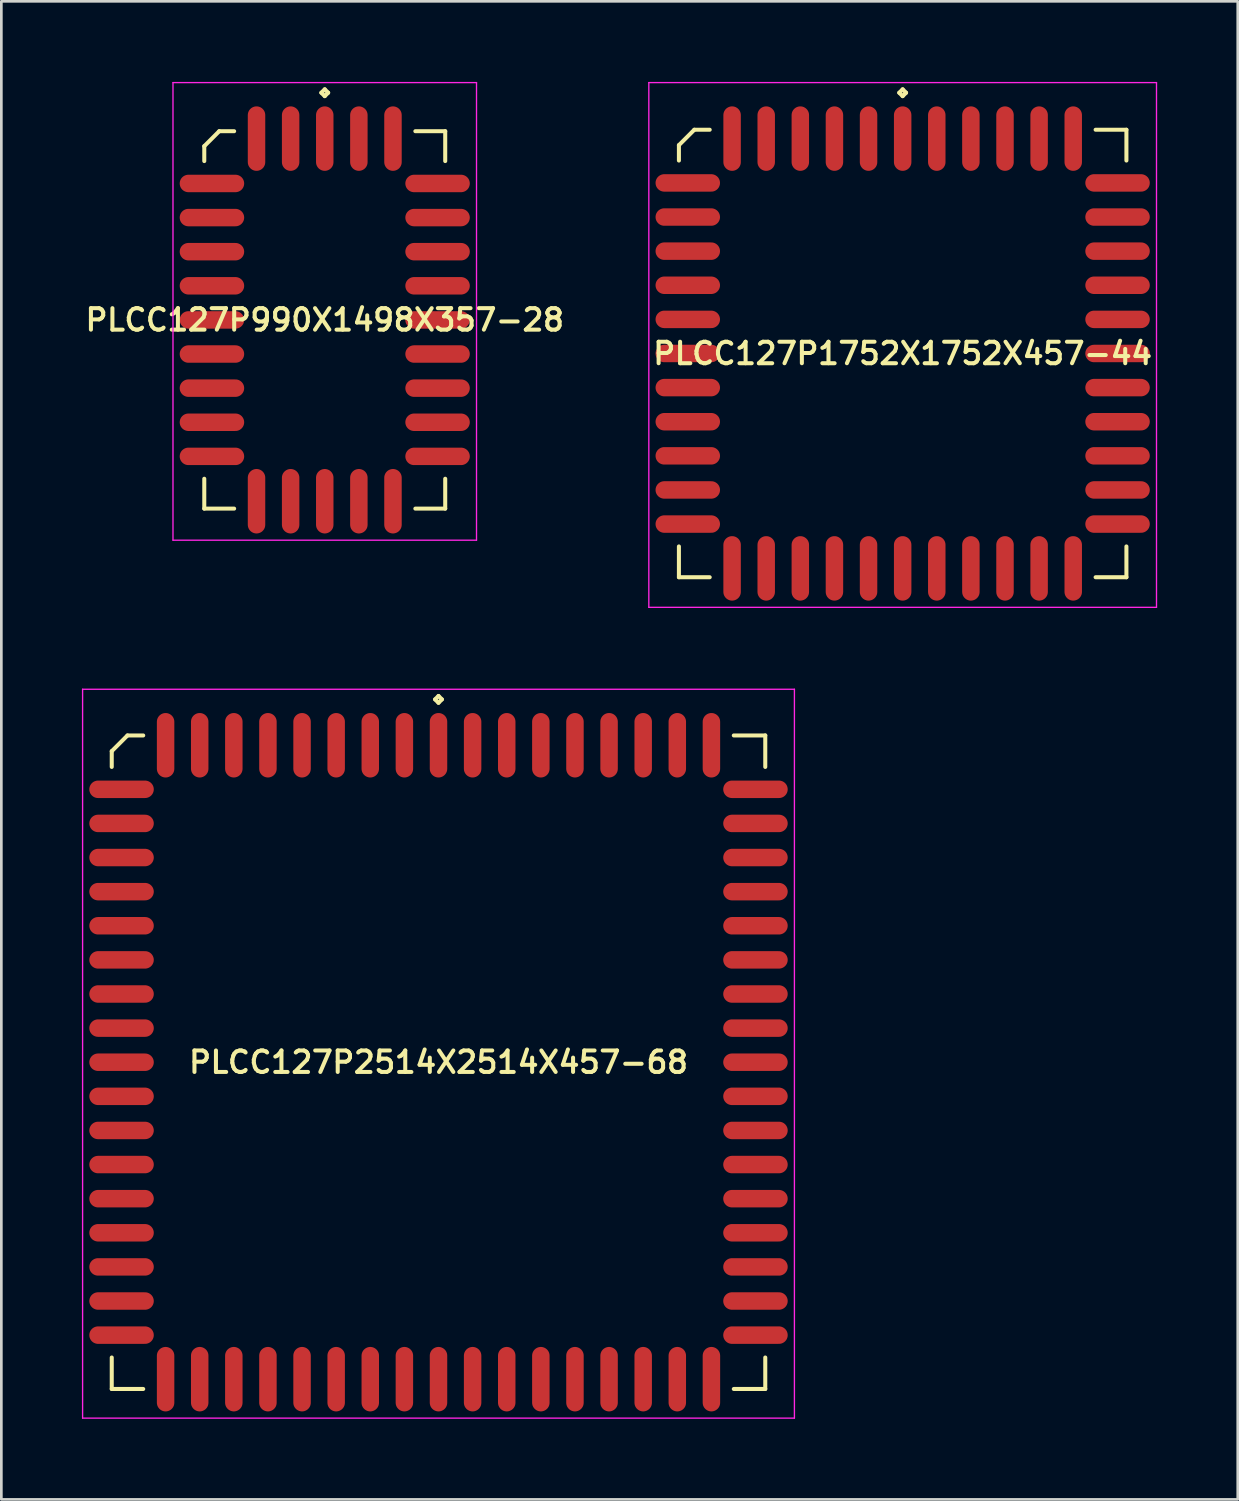
<source format=kicad_pcb>
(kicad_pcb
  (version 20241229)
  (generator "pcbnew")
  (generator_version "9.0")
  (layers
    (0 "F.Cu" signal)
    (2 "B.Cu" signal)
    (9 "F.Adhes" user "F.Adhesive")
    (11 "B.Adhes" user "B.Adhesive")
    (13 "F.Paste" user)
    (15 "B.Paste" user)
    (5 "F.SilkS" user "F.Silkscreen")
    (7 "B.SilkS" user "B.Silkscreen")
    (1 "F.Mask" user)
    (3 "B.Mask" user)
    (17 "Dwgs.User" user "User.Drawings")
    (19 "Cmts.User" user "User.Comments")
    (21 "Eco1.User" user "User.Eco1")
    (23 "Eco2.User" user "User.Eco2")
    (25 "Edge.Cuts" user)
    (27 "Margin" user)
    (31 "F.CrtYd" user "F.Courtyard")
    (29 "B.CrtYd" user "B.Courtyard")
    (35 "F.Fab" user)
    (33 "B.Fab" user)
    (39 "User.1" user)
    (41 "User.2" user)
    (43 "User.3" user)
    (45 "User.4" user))
  (footprint "PLCC127P1752X1752X457-44"
    (layer "F.Cu")
    (at 30.555 10.11)
    (property "Reference" "PLCC127P1752X1752X457-44" (at 0 0 0) (layer "F.SilkS") (effects (font (size 0.8 0.8) (thickness 0.15))))
    (attr smd)
    (fp_line (start -8.33 -7.756) (end -7.756 -8.33) (stroke (width 0.15) (type solid)) (layer "F.SilkS"))
    (fp_line (start -8.33 -7.183) (end -8.33 -7.756) (stroke (width 0.15) (type solid)) (layer "F.SilkS"))
    (fp_line (start -8.33 7.183) (end -8.33 8.33) (stroke (width 0.15) (type solid)) (layer "F.SilkS"))
    (fp_line (start -8.33 8.33) (end -7.183 8.33) (stroke (width 0.15) (type solid)) (layer "F.SilkS"))
    (fp_line (start -7.756 -8.33) (end -7.183 -8.33) (stroke (width 0.15) (type solid)) (layer "F.SilkS"))
    (fp_line (start -0.127 -9.708) (end 0 -9.835) (stroke (width 0.15) (type solid)) (layer "F.SilkS"))
    (fp_line (start 0 -9.835) (end 0.127 -9.708) (stroke (width 0.15) (type solid)) (layer "F.SilkS"))
    (fp_line (start 0 -9.581) (end -0.127 -9.708) (stroke (width 0.15) (type solid)) (layer "F.SilkS"))
    (fp_line (start 0.127 -9.708) (end 0 -9.581) (stroke (width 0.15) (type solid)) (layer "F.SilkS"))
    (fp_line (start 8.33 -8.33) (end 7.183 -8.33) (stroke (width 0.15) (type solid)) (layer "F.SilkS"))
    (fp_line (start 8.33 -7.183) (end 8.33 -8.33) (stroke (width 0.15) (type solid)) (layer "F.SilkS"))
    (fp_line (start 8.33 7.183) (end 8.33 8.33) (stroke (width 0.15) (type solid)) (layer "F.SilkS"))
    (fp_line (start 8.33 8.33) (end 7.183 8.33) (stroke (width 0.15) (type solid)) (layer "F.SilkS"))
    (fp_line (start -9.45 -10.085) (end 9.45 -10.085) (stroke (width 0.05) (type solid)) (layer "F.CrtYd"))
    (fp_line (start -9.45 9.45) (end -9.45 -10.085) (stroke (width 0.05) (type solid)) (layer "F.CrtYd"))
    (fp_line (start 9.45 -10.085) (end 9.45 9.45) (stroke (width 0.05) (type solid)) (layer "F.CrtYd"))
    (fp_line (start 9.45 9.45) (end -9.45 9.45) (stroke (width 0.05) (type solid)) (layer "F.CrtYd"))
    (pad "1" smd oval (at 0 -8) (size 0.65 2.4) (layers "F.Cu" "F.Mask" "F.Paste"))
    (pad "2" smd oval (at -1.27 -8) (size 0.65 2.4) (layers "F.Cu" "F.Mask" "F.Paste"))
    (pad "3" smd oval (at -2.54 -8) (size 0.65 2.4) (layers "F.Cu" "F.Mask" "F.Paste"))
    (pad "4" smd oval (at -3.81 -8) (size 0.65 2.4) (layers "F.Cu" "F.Mask" "F.Paste"))
    (pad "5" smd oval (at -5.08 -8) (size 0.65 2.4) (layers "F.Cu" "F.Mask" "F.Paste"))
    (pad "6" smd oval (at -6.35 -8) (size 0.65 2.4) (layers "F.Cu" "F.Mask" "F.Paste"))
    (pad "7" smd oval (at -8 -6.35) (size 2.4 0.65) (layers "F.Cu" "F.Mask" "F.Paste"))
    (pad "8" smd oval (at -8 -5.08) (size 2.4 0.65) (layers "F.Cu" "F.Mask" "F.Paste"))
    (pad "9" smd oval (at -8 -3.81) (size 2.4 0.65) (layers "F.Cu" "F.Mask" "F.Paste"))
    (pad "10" smd oval (at -8 -2.54) (size 2.4 0.65) (layers "F.Cu" "F.Mask" "F.Paste"))
    (pad "11" smd oval (at -8 -1.27) (size 2.4 0.65) (layers "F.Cu" "F.Mask" "F.Paste"))
    (pad "12" smd oval (at -8 0) (size 2.4 0.65) (layers "F.Cu" "F.Mask" "F.Paste"))
    (pad "13" smd oval (at -8 1.27) (size 2.4 0.65) (layers "F.Cu" "F.Mask" "F.Paste"))
    (pad "14" smd oval (at -8 2.54) (size 2.4 0.65) (layers "F.Cu" "F.Mask" "F.Paste"))
    (pad "15" smd oval (at -8 3.81) (size 2.4 0.65) (layers "F.Cu" "F.Mask" "F.Paste"))
    (pad "16" smd oval (at -8 5.08) (size 2.4 0.65) (layers "F.Cu" "F.Mask" "F.Paste"))
    (pad "17" smd oval (at -8 6.35) (size 2.4 0.65) (layers "F.Cu" "F.Mask" "F.Paste"))
    (pad "18" smd oval (at -6.35 8) (size 0.65 2.4) (layers "F.Cu" "F.Mask" "F.Paste"))
    (pad "19" smd oval (at -5.08 8) (size 0.65 2.4) (layers "F.Cu" "F.Mask" "F.Paste"))
    (pad "20" smd oval (at -3.81 8) (size 0.65 2.4) (layers "F.Cu" "F.Mask" "F.Paste"))
    (pad "21" smd oval (at -2.54 8) (size 0.65 2.4) (layers "F.Cu" "F.Mask" "F.Paste"))
    (pad "22" smd oval (at -1.27 8) (size 0.65 2.4) (layers "F.Cu" "F.Mask" "F.Paste"))
    (pad "23" smd oval (at 0 8) (size 0.65 2.4) (layers "F.Cu" "F.Mask" "F.Paste"))
    (pad "24" smd oval (at 1.27 8) (size 0.65 2.4) (layers "F.Cu" "F.Mask" "F.Paste"))
    (pad "25" smd oval (at 2.54 8) (size 0.65 2.4) (layers "F.Cu" "F.Mask" "F.Paste"))
    (pad "26" smd oval (at 3.81 8) (size 0.65 2.4) (layers "F.Cu" "F.Mask" "F.Paste"))
    (pad "27" smd oval (at 5.08 8) (size 0.65 2.4) (layers "F.Cu" "F.Mask" "F.Paste"))
    (pad "28" smd oval (at 6.35 8) (size 0.65 2.4) (layers "F.Cu" "F.Mask" "F.Paste"))
    (pad "29" smd oval (at 8 6.35) (size 2.4 0.65) (layers "F.Cu" "F.Mask" "F.Paste"))
    (pad "30" smd oval (at 8 5.08) (size 2.4 0.65) (layers "F.Cu" "F.Mask" "F.Paste"))
    (pad "31" smd oval (at 8 3.81) (size 2.4 0.65) (layers "F.Cu" "F.Mask" "F.Paste"))
    (pad "32" smd oval (at 8 2.54) (size 2.4 0.65) (layers "F.Cu" "F.Mask" "F.Paste"))
    (pad "33" smd oval (at 8 1.27) (size 2.4 0.65) (layers "F.Cu" "F.Mask" "F.Paste"))
    (pad "34" smd oval (at 8 0) (size 2.4 0.65) (layers "F.Cu" "F.Mask" "F.Paste"))
    (pad "35" smd oval (at 8 -1.27) (size 2.4 0.65) (layers "F.Cu" "F.Mask" "F.Paste"))
    (pad "36" smd oval (at 8 -2.54) (size 2.4 0.65) (layers "F.Cu" "F.Mask" "F.Paste"))
    (pad "37" smd oval (at 8 -3.81) (size 2.4 0.65) (layers "F.Cu" "F.Mask" "F.Paste"))
    (pad "38" smd oval (at 8 -5.08) (size 2.4 0.65) (layers "F.Cu" "F.Mask" "F.Paste"))
    (pad "39" smd oval (at 8 -6.35) (size 2.4 0.65) (layers "F.Cu" "F.Mask" "F.Paste"))
    (pad "40" smd oval (at 6.35 -8) (size 0.65 2.4) (layers "F.Cu" "F.Mask" "F.Paste"))
    (pad "41" smd oval (at 5.08 -8) (size 0.65 2.4) (layers "F.Cu" "F.Mask" "F.Paste"))
    (pad "42" smd oval (at 3.81 -8) (size 0.65 2.4) (layers "F.Cu" "F.Mask" "F.Paste"))
    (pad "43" smd oval (at 2.54 -8) (size 0.65 2.4) (layers "F.Cu" "F.Mask" "F.Paste"))
    (pad "44" smd oval (at 1.27 -8) (size 0.65 2.4) (layers "F.Cu" "F.Mask" "F.Paste")))
  (footprint "PLCC127P2514X2514X457-68"
    (layer "F.Cu")
    (at 13.275 36.495)
    (property "Reference" "PLCC127P2514X2514X457-68" (at 0 0 0) (layer "F.SilkS") (effects (font (size 0.8 0.8) (thickness 0.15))))
    (attr smd)
    (fp_line (start -12.165 -11.579) (end -11.579 -12.165) (stroke (width 0.15) (type solid)) (layer "F.SilkS"))
    (fp_line (start -12.165 -10.993) (end -12.165 -11.579) (stroke (width 0.15) (type solid)) (layer "F.SilkS"))
    (fp_line (start -12.165 10.993) (end -12.165 12.165) (stroke (width 0.15) (type solid)) (layer "F.SilkS"))
    (fp_line (start -12.165 12.165) (end -10.993 12.165) (stroke (width 0.15) (type solid)) (layer "F.SilkS"))
    (fp_line (start -11.579 -12.165) (end -10.993 -12.165) (stroke (width 0.15) (type solid)) (layer "F.SilkS"))
    (fp_line (start -0.127 -13.508) (end 0 -13.635) (stroke (width 0.15) (type solid)) (layer "F.SilkS"))
    (fp_line (start 0 -13.635) (end 0.127 -13.508) (stroke (width 0.15) (type solid)) (layer "F.SilkS"))
    (fp_line (start 0 -13.381) (end -0.127 -13.508) (stroke (width 0.15) (type solid)) (layer "F.SilkS"))
    (fp_line (start 0.127 -13.508) (end 0 -13.381) (stroke (width 0.15) (type solid)) (layer "F.SilkS"))
    (fp_line (start 12.165 -12.165) (end 10.993 -12.165) (stroke (width 0.15) (type solid)) (layer "F.SilkS"))
    (fp_line (start 12.165 -10.993) (end 12.165 -12.165) (stroke (width 0.15) (type solid)) (layer "F.SilkS"))
    (fp_line (start 12.165 10.993) (end 12.165 12.165) (stroke (width 0.15) (type solid)) (layer "F.SilkS"))
    (fp_line (start 12.165 12.165) (end 10.993 12.165) (stroke (width 0.15) (type solid)) (layer "F.SilkS"))
    (fp_line (start -13.25 -13.885) (end 13.25 -13.885) (stroke (width 0.05) (type solid)) (layer "F.CrtYd"))
    (fp_line (start -13.25 13.25) (end -13.25 -13.885) (stroke (width 0.05) (type solid)) (layer "F.CrtYd"))
    (fp_line (start 13.25 -13.885) (end 13.25 13.25) (stroke (width 0.05) (type solid)) (layer "F.CrtYd"))
    (fp_line (start 13.25 13.25) (end -13.25 13.25) (stroke (width 0.05) (type solid)) (layer "F.CrtYd"))
    (pad "1" smd oval (at 0 -11.8) (size 0.65 2.4) (layers "F.Cu" "F.Mask" "F.Paste"))
    (pad "2" smd oval (at -1.27 -11.8) (size 0.65 2.4) (layers "F.Cu" "F.Mask" "F.Paste"))
    (pad "3" smd oval (at -2.54 -11.8) (size 0.65 2.4) (layers "F.Cu" "F.Mask" "F.Paste"))
    (pad "4" smd oval (at -3.81 -11.8) (size 0.65 2.4) (layers "F.Cu" "F.Mask" "F.Paste"))
    (pad "5" smd oval (at -5.08 -11.8) (size 0.65 2.4) (layers "F.Cu" "F.Mask" "F.Paste"))
    (pad "6" smd oval (at -6.35 -11.8) (size 0.65 2.4) (layers "F.Cu" "F.Mask" "F.Paste"))
    (pad "7" smd oval (at -7.62 -11.8) (size 0.65 2.4) (layers "F.Cu" "F.Mask" "F.Paste"))
    (pad "8" smd oval (at -8.89 -11.8) (size 0.65 2.4) (layers "F.Cu" "F.Mask" "F.Paste"))
    (pad "9" smd oval (at -10.16 -11.8) (size 0.65 2.4) (layers "F.Cu" "F.Mask" "F.Paste"))
    (pad "10" smd oval (at -11.8 -10.16) (size 2.4 0.65) (layers "F.Cu" "F.Mask" "F.Paste"))
    (pad "11" smd oval (at -11.8 -8.89) (size 2.4 0.65) (layers "F.Cu" "F.Mask" "F.Paste"))
    (pad "12" smd oval (at -11.8 -7.62) (size 2.4 0.65) (layers "F.Cu" "F.Mask" "F.Paste"))
    (pad "13" smd oval (at -11.8 -6.35) (size 2.4 0.65) (layers "F.Cu" "F.Mask" "F.Paste"))
    (pad "14" smd oval (at -11.8 -5.08) (size 2.4 0.65) (layers "F.Cu" "F.Mask" "F.Paste"))
    (pad "15" smd oval (at -11.8 -3.81) (size 2.4 0.65) (layers "F.Cu" "F.Mask" "F.Paste"))
    (pad "16" smd oval (at -11.8 -2.54) (size 2.4 0.65) (layers "F.Cu" "F.Mask" "F.Paste"))
    (pad "17" smd oval (at -11.8 -1.27) (size 2.4 0.65) (layers "F.Cu" "F.Mask" "F.Paste"))
    (pad "18" smd oval (at -11.8 0) (size 2.4 0.65) (layers "F.Cu" "F.Mask" "F.Paste"))
    (pad "19" smd oval (at -11.8 1.27) (size 2.4 0.65) (layers "F.Cu" "F.Mask" "F.Paste"))
    (pad "20" smd oval (at -11.8 2.54) (size 2.4 0.65) (layers "F.Cu" "F.Mask" "F.Paste"))
    (pad "21" smd oval (at -11.8 3.81) (size 2.4 0.65) (layers "F.Cu" "F.Mask" "F.Paste"))
    (pad "22" smd oval (at -11.8 5.08) (size 2.4 0.65) (layers "F.Cu" "F.Mask" "F.Paste"))
    (pad "23" smd oval (at -11.8 6.35) (size 2.4 0.65) (layers "F.Cu" "F.Mask" "F.Paste"))
    (pad "24" smd oval (at -11.8 7.62) (size 2.4 0.65) (layers "F.Cu" "F.Mask" "F.Paste"))
    (pad "25" smd oval (at -11.8 8.89) (size 2.4 0.65) (layers "F.Cu" "F.Mask" "F.Paste"))
    (pad "26" smd oval (at -11.8 10.16) (size 2.4 0.65) (layers "F.Cu" "F.Mask" "F.Paste"))
    (pad "27" smd oval (at -10.16 11.8) (size 0.65 2.4) (layers "F.Cu" "F.Mask" "F.Paste"))
    (pad "28" smd oval (at -8.89 11.8) (size 0.65 2.4) (layers "F.Cu" "F.Mask" "F.Paste"))
    (pad "29" smd oval (at -7.62 11.8) (size 0.65 2.4) (layers "F.Cu" "F.Mask" "F.Paste"))
    (pad "30" smd oval (at -6.35 11.8) (size 0.65 2.4) (layers "F.Cu" "F.Mask" "F.Paste"))
    (pad "31" smd oval (at -5.08 11.8) (size 0.65 2.4) (layers "F.Cu" "F.Mask" "F.Paste"))
    (pad "32" smd oval (at -3.81 11.8) (size 0.65 2.4) (layers "F.Cu" "F.Mask" "F.Paste"))
    (pad "33" smd oval (at -2.54 11.8) (size 0.65 2.4) (layers "F.Cu" "F.Mask" "F.Paste"))
    (pad "34" smd oval (at -1.27 11.8) (size 0.65 2.4) (layers "F.Cu" "F.Mask" "F.Paste"))
    (pad "35" smd oval (at 0 11.8) (size 0.65 2.4) (layers "F.Cu" "F.Mask" "F.Paste"))
    (pad "36" smd oval (at 1.27 11.8) (size 0.65 2.4) (layers "F.Cu" "F.Mask" "F.Paste"))
    (pad "37" smd oval (at 2.54 11.8) (size 0.65 2.4) (layers "F.Cu" "F.Mask" "F.Paste"))
    (pad "38" smd oval (at 3.81 11.8) (size 0.65 2.4) (layers "F.Cu" "F.Mask" "F.Paste"))
    (pad "39" smd oval (at 5.08 11.8) (size 0.65 2.4) (layers "F.Cu" "F.Mask" "F.Paste"))
    (pad "40" smd oval (at 6.35 11.8) (size 0.65 2.4) (layers "F.Cu" "F.Mask" "F.Paste"))
    (pad "41" smd oval (at 7.62 11.8) (size 0.65 2.4) (layers "F.Cu" "F.Mask" "F.Paste"))
    (pad "42" smd oval (at 8.89 11.8) (size 0.65 2.4) (layers "F.Cu" "F.Mask" "F.Paste"))
    (pad "43" smd oval (at 10.16 11.8) (size 0.65 2.4) (layers "F.Cu" "F.Mask" "F.Paste"))
    (pad "44" smd oval (at 11.8 10.16) (size 2.4 0.65) (layers "F.Cu" "F.Mask" "F.Paste"))
    (pad "45" smd oval (at 11.8 8.89) (size 2.4 0.65) (layers "F.Cu" "F.Mask" "F.Paste"))
    (pad "46" smd oval (at 11.8 7.62) (size 2.4 0.65) (layers "F.Cu" "F.Mask" "F.Paste"))
    (pad "47" smd oval (at 11.8 6.35) (size 2.4 0.65) (layers "F.Cu" "F.Mask" "F.Paste"))
    (pad "48" smd oval (at 11.8 5.08) (size 2.4 0.65) (layers "F.Cu" "F.Mask" "F.Paste"))
    (pad "49" smd oval (at 11.8 3.81) (size 2.4 0.65) (layers "F.Cu" "F.Mask" "F.Paste"))
    (pad "50" smd oval (at 11.8 2.54) (size 2.4 0.65) (layers "F.Cu" "F.Mask" "F.Paste"))
    (pad "51" smd oval (at 11.8 1.27) (size 2.4 0.65) (layers "F.Cu" "F.Mask" "F.Paste"))
    (pad "52" smd oval (at 11.8 0) (size 2.4 0.65) (layers "F.Cu" "F.Mask" "F.Paste"))
    (pad "53" smd oval (at 11.8 -1.27) (size 2.4 0.65) (layers "F.Cu" "F.Mask" "F.Paste"))
    (pad "54" smd oval (at 11.8 -2.54) (size 2.4 0.65) (layers "F.Cu" "F.Mask" "F.Paste"))
    (pad "55" smd oval (at 11.8 -3.81) (size 2.4 0.65) (layers "F.Cu" "F.Mask" "F.Paste"))
    (pad "56" smd oval (at 11.8 -5.08) (size 2.4 0.65) (layers "F.Cu" "F.Mask" "F.Paste"))
    (pad "57" smd oval (at 11.8 -6.35) (size 2.4 0.65) (layers "F.Cu" "F.Mask" "F.Paste"))
    (pad "58" smd oval (at 11.8 -7.62) (size 2.4 0.65) (layers "F.Cu" "F.Mask" "F.Paste"))
    (pad "59" smd oval (at 11.8 -8.89) (size 2.4 0.65) (layers "F.Cu" "F.Mask" "F.Paste"))
    (pad "60" smd oval (at 11.8 -10.16) (size 2.4 0.65) (layers "F.Cu" "F.Mask" "F.Paste"))
    (pad "61" smd oval (at 10.16 -11.8) (size 0.65 2.4) (layers "F.Cu" "F.Mask" "F.Paste"))
    (pad "62" smd oval (at 8.89 -11.8) (size 0.65 2.4) (layers "F.Cu" "F.Mask" "F.Paste"))
    (pad "63" smd oval (at 7.62 -11.8) (size 0.65 2.4) (layers "F.Cu" "F.Mask" "F.Paste"))
    (pad "64" smd oval (at 6.35 -11.8) (size 0.65 2.4) (layers "F.Cu" "F.Mask" "F.Paste"))
    (pad "65" smd oval (at 5.08 -11.8) (size 0.65 2.4) (layers "F.Cu" "F.Mask" "F.Paste"))
    (pad "66" smd oval (at 3.81 -11.8) (size 0.65 2.4) (layers "F.Cu" "F.Mask" "F.Paste"))
    (pad "67" smd oval (at 2.54 -11.8) (size 0.65 2.4) (layers "F.Cu" "F.Mask" "F.Paste"))
    (pad "68" smd oval (at 1.27 -11.8) (size 0.65 2.4) (layers "F.Cu" "F.Mask" "F.Paste")))
  (footprint "PLCC127P990X1498X357-28"
    (layer "F.Cu")
    (at 9.04 8.86)
    (property "Reference" "PLCC127P990X1498X357-28" (at 0 0 0) (layer "F.SilkS") (effects (font (size 0.8 0.8) (thickness 0.15))))
    (attr smd)
    (fp_line (start -4.485 -6.469) (end -3.929 -7.025) (stroke (width 0.15) (type solid)) (layer "F.SilkS"))
    (fp_line (start -4.485 -5.913) (end -4.485 -6.469) (stroke (width 0.15) (type solid)) (layer "F.SilkS"))
    (fp_line (start -4.485 5.913) (end -4.485 7.025) (stroke (width 0.15) (type solid)) (layer "F.SilkS"))
    (fp_line (start -4.485 7.025) (end -3.373 7.025) (stroke (width 0.15) (type solid)) (layer "F.SilkS"))
    (fp_line (start -3.929 -7.025) (end -3.373 -7.025) (stroke (width 0.15) (type solid)) (layer "F.SilkS"))
    (fp_line (start -0.127 -8.458) (end 0 -8.585) (stroke (width 0.15) (type solid)) (layer "F.SilkS"))
    (fp_line (start 0 -8.585) (end 0.127 -8.458) (stroke (width 0.15) (type solid)) (layer "F.SilkS"))
    (fp_line (start 0 -8.331) (end -0.127 -8.458) (stroke (width 0.15) (type solid)) (layer "F.SilkS"))
    (fp_line (start 0.127 -8.458) (end 0 -8.331) (stroke (width 0.15) (type solid)) (layer "F.SilkS"))
    (fp_line (start 4.485 -7.025) (end 3.373 -7.025) (stroke (width 0.15) (type solid)) (layer "F.SilkS"))
    (fp_line (start 4.485 -5.913) (end 4.485 -7.025) (stroke (width 0.15) (type solid)) (layer "F.SilkS"))
    (fp_line (start 4.485 5.913) (end 4.485 7.025) (stroke (width 0.15) (type solid)) (layer "F.SilkS"))
    (fp_line (start 4.485 7.025) (end 3.373 7.025) (stroke (width 0.15) (type solid)) (layer "F.SilkS"))
    (fp_line (start -5.65 -8.835) (end 5.65 -8.835) (stroke (width 0.05) (type solid)) (layer "F.CrtYd"))
    (fp_line (start -5.65 8.2) (end -5.65 -8.835) (stroke (width 0.05) (type solid)) (layer "F.CrtYd"))
    (fp_line (start 5.65 -8.835) (end 5.65 8.2) (stroke (width 0.05) (type solid)) (layer "F.CrtYd"))
    (fp_line (start 5.65 8.2) (end -5.65 8.2) (stroke (width 0.05) (type solid)) (layer "F.CrtYd"))
    (pad "1" smd oval (at 0 -6.75) (size 0.65 2.4) (layers "F.Cu" "F.Mask" "F.Paste"))
    (pad "2" smd oval (at -1.27 -6.75) (size 0.65 2.4) (layers "F.Cu" "F.Mask" "F.Paste"))
    (pad "3" smd oval (at -2.54 -6.75) (size 0.65 2.4) (layers "F.Cu" "F.Mask" "F.Paste"))
    (pad "4" smd oval (at -4.2 -5.08) (size 2.4 0.65) (layers "F.Cu" "F.Mask" "F.Paste"))
    (pad "5" smd oval (at -4.2 -3.81) (size 2.4 0.65) (layers "F.Cu" "F.Mask" "F.Paste"))
    (pad "6" smd oval (at -4.2 -2.54) (size 2.4 0.65) (layers "F.Cu" "F.Mask" "F.Paste"))
    (pad "7" smd oval (at -4.2 -1.27) (size 2.4 0.65) (layers "F.Cu" "F.Mask" "F.Paste"))
    (pad "8" smd oval (at -4.2 0) (size 2.4 0.65) (layers "F.Cu" "F.Mask" "F.Paste"))
    (pad "9" smd oval (at -4.2 1.27) (size 2.4 0.65) (layers "F.Cu" "F.Mask" "F.Paste"))
    (pad "10" smd oval (at -4.2 2.54) (size 2.4 0.65) (layers "F.Cu" "F.Mask" "F.Paste"))
    (pad "11" smd oval (at -4.2 3.81) (size 2.4 0.65) (layers "F.Cu" "F.Mask" "F.Paste"))
    (pad "12" smd oval (at -4.2 5.08) (size 2.4 0.65) (layers "F.Cu" "F.Mask" "F.Paste"))
    (pad "13" smd oval (at -2.54 6.75) (size 0.65 2.4) (layers "F.Cu" "F.Mask" "F.Paste"))
    (pad "14" smd oval (at -1.27 6.75) (size 0.65 2.4) (layers "F.Cu" "F.Mask" "F.Paste"))
    (pad "15" smd oval (at 0 6.75) (size 0.65 2.4) (layers "F.Cu" "F.Mask" "F.Paste"))
    (pad "16" smd oval (at 1.27 6.75) (size 0.65 2.4) (layers "F.Cu" "F.Mask" "F.Paste"))
    (pad "17" smd oval (at 2.54 6.75) (size 0.65 2.4) (layers "F.Cu" "F.Mask" "F.Paste"))
    (pad "18" smd oval (at 4.2 5.08) (size 2.4 0.65) (layers "F.Cu" "F.Mask" "F.Paste"))
    (pad "19" smd oval (at 4.2 3.81) (size 2.4 0.65) (layers "F.Cu" "F.Mask" "F.Paste"))
    (pad "20" smd oval (at 4.2 2.54) (size 2.4 0.65) (layers "F.Cu" "F.Mask" "F.Paste"))
    (pad "21" smd oval (at 4.2 1.27) (size 2.4 0.65) (layers "F.Cu" "F.Mask" "F.Paste"))
    (pad "22" smd oval (at 4.2 0) (size 2.4 0.65) (layers "F.Cu" "F.Mask" "F.Paste"))
    (pad "23" smd oval (at 4.2 -1.27) (size 2.4 0.65) (layers "F.Cu" "F.Mask" "F.Paste"))
    (pad "24" smd oval (at 4.2 -2.54) (size 2.4 0.65) (layers "F.Cu" "F.Mask" "F.Paste"))
    (pad "25" smd oval (at 4.2 -3.81) (size 2.4 0.65) (layers "F.Cu" "F.Mask" "F.Paste"))
    (pad "26" smd oval (at 4.2 -5.08) (size 2.4 0.65) (layers "F.Cu" "F.Mask" "F.Paste"))
    (pad "27" smd oval (at 2.54 -6.75) (size 0.65 2.4) (layers "F.Cu" "F.Mask" "F.Paste"))
    (pad "28" smd oval (at 1.27 -6.75) (size 0.65 2.4) (layers "F.Cu" "F.Mask" "F.Paste")))
  (gr_rect
    (start -3 -3)
    (end 43.03 52.77)
    (stroke (width 0.1) (type default))
    (fill no)
    (layer "Edge.Cuts")))
</source>
